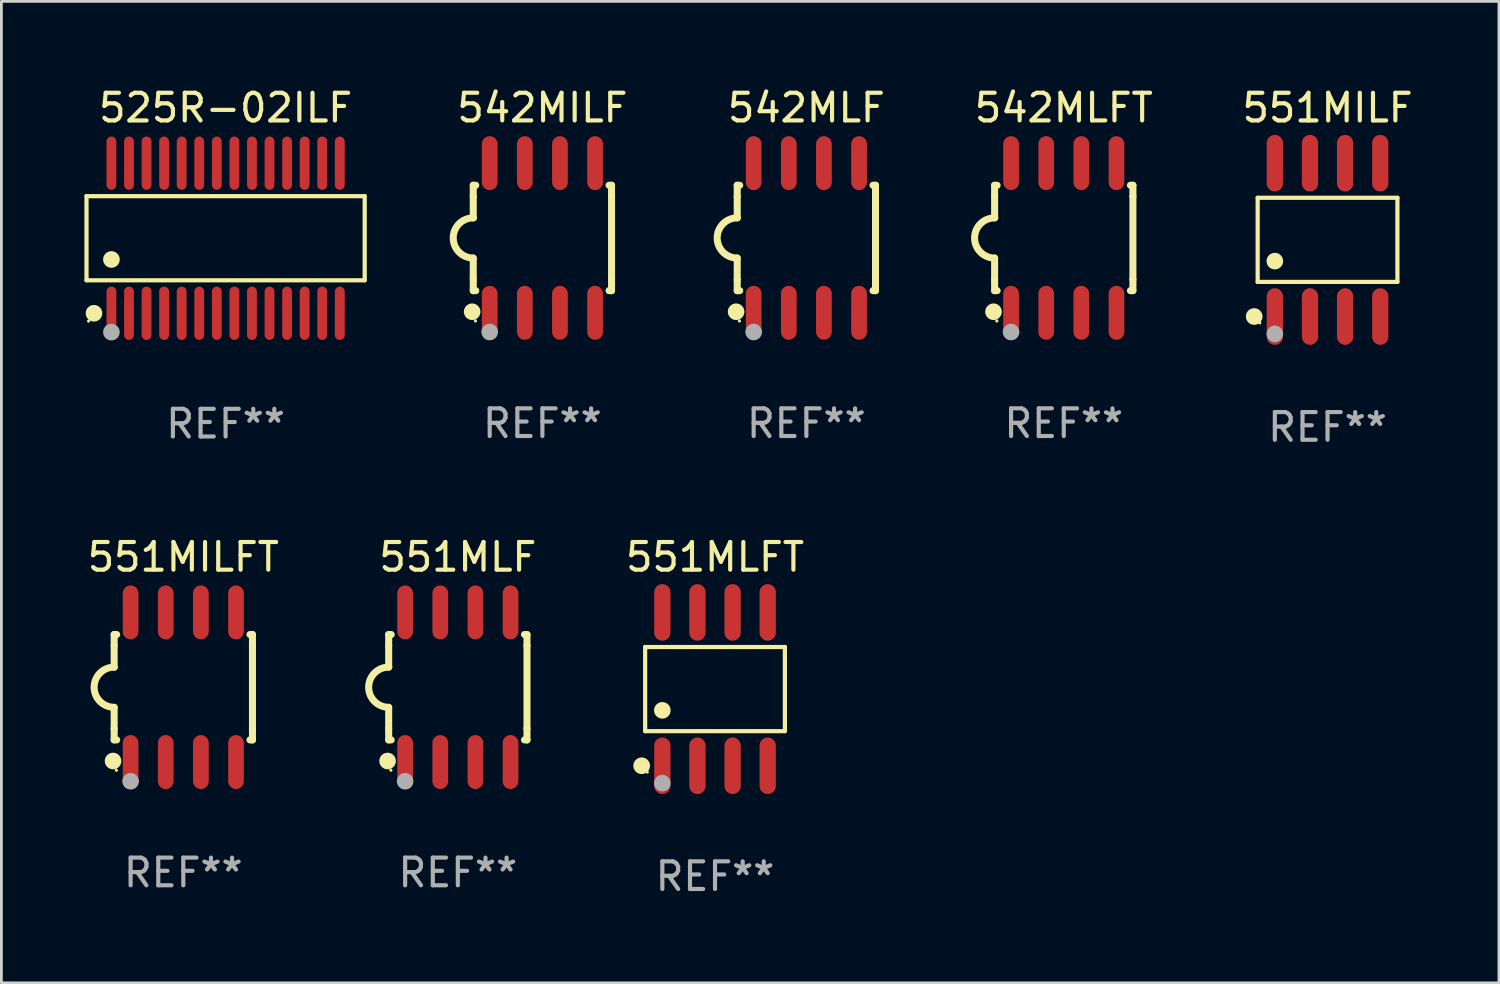
<source format=kicad_pcb>
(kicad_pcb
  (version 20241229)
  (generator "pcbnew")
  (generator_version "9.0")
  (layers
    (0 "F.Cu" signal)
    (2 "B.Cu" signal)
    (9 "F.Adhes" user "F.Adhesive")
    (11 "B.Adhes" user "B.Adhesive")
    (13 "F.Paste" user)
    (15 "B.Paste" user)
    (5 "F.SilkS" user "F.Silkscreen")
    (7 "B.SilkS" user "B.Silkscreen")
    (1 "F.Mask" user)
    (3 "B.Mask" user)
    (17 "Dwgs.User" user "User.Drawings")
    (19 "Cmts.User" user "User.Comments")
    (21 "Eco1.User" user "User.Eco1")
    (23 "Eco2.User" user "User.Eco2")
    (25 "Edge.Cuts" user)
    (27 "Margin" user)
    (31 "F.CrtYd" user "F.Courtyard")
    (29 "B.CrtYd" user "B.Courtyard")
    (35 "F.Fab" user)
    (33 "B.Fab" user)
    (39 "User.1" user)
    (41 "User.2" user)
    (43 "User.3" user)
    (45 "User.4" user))
  (footprint "551MLFT"
    (layer "F.Cu")
    (at 22.8 21.862)
    (property "Reference" "551MLFT" (at 0 -4.772 0) (layer "F.SilkS") (effects (font (size 1 1) (thickness 0.15))))
    (attr through_hole)
    (fp_line (start -2.526 -1.521) (end 2.526 -1.521) (stroke (width 0.152) (type solid)) (layer "F.SilkS"))
    (fp_line (start -2.526 1.521) (end -2.526 -1.521) (stroke (width 0.152) (type solid)) (layer "F.SilkS"))
    (fp_line (start 2.526 -1.521) (end 2.526 1.521) (stroke (width 0.152) (type solid)) (layer "F.SilkS"))
    (fp_line (start 2.526 1.521) (end -2.526 1.521) (stroke (width 0.152) (type solid)) (layer "F.SilkS"))
    (fp_circle (center -2.652 2.772) (end -2.501 2.772) (stroke (width 0.3) (type solid)) (fill no) (layer "F.SilkS"))
    (fp_circle (center -2.45 3) (end -2.42 3) (stroke (width 0.06) (type solid)) (fill no) (layer "F.SilkS"))
    (fp_circle (center -1.905 0.769) (end -1.755 0.769) (stroke (width 0.3) (type solid)) (fill no) (layer "F.SilkS"))
    (fp_circle (center -1.905 3.4) (end -1.755 3.4) (stroke (width 0.3) (type solid)) (fill no) (layer "F.Fab"))
    (fp_text user "REF**" (at 0 6.772 0) (layer "F.Fab") (effects (font (size 1 1) (thickness 0.15))))
    (pad "1" smd oval (at -1.905 2.772) (size 0.588 2.045) (layers "F.Cu" "F.Mask" "F.Paste"))
    (pad "2" smd oval (at -0.635 2.772) (size 0.588 2.045) (layers "F.Cu" "F.Mask" "F.Paste"))
    (pad "3" smd oval (at 0.635 2.772) (size 0.588 2.045) (layers "F.Cu" "F.Mask" "F.Paste"))
    (pad "4" smd oval (at 1.905 2.772) (size 0.588 2.045) (layers "F.Cu" "F.Mask" "F.Paste"))
    (pad "5" smd oval (at 1.905 -2.772) (size 0.588 2.045) (layers "F.Cu" "F.Mask" "F.Paste"))
    (pad "6" smd oval (at 0.635 -2.772) (size 0.588 2.045) (layers "F.Cu" "F.Mask" "F.Paste"))
    (pad "7" smd oval (at -0.635 -2.772) (size 0.588 2.045) (layers "F.Cu" "F.Mask" "F.Paste"))
    (pad "8" smd oval (at -1.905 -2.772) (size 0.588 2.045) (layers "F.Cu" "F.Mask" "F.Paste")))
  (footprint "551MLF"
    (layer "F.Cu")
    (at 13.502 21.795)
    (property "Reference" "551MLF" (at 0 -4.705 0) (layer "F.SilkS") (effects (font (size 1 1) (thickness 0.15))))
    (attr through_hole)
    (fp_line (start -2.5 -1.905) (end -2.409 -1.905) (stroke (width 0.254) (type solid)) (layer "F.SilkS"))
    (fp_line (start -2.5 -1.5) (end -2.5 -1.905) (stroke (width 0.254) (type solid)) (layer "F.SilkS"))
    (fp_line (start -2.5 -1.5) (end -2.5 -0.726) (stroke (width 0.254) (type solid)) (layer "F.SilkS"))
    (fp_line (start -2.5 1.5) (end -2.5 0.727) (stroke (width 0.254) (type solid)) (layer "F.SilkS"))
    (fp_line (start -2.5 1.5) (end -2.5 1.905) (stroke (width 0.254) (type solid)) (layer "F.SilkS"))
    (fp_line (start -2.5 1.905) (end -2.409 1.905) (stroke (width 0.254) (type solid)) (layer "F.SilkS"))
    (fp_line (start 2.5 -1.905) (end 2.409 -1.905) (stroke (width 0.254) (type solid)) (layer "F.SilkS"))
    (fp_line (start 2.5 -1.5) (end 2.5 -1.905) (stroke (width 0.254) (type solid)) (layer "F.SilkS"))
    (fp_line (start 2.5 -1.5) (end 2.5 1.5) (stroke (width 0.254) (type solid)) (layer "F.SilkS"))
    (fp_line (start 2.5 1.5) (end 2.5 1.905) (stroke (width 0.254) (type solid)) (layer "F.SilkS"))
    (fp_line (start 2.5 1.905) (end 2.409 1.905) (stroke (width 0.254) (type solid)) (layer "F.SilkS"))
    (fp_arc (start -2.5 0.726568) (mid -3.220316 -0.0023) (end -2.495097 -0.726289) (stroke (width 0.254001) (type solid)) (layer "F.SilkS"))
    (fp_circle (center -2.54 2.667) (end -2.39 2.667) (stroke (width 0.3) (type solid)) (fill no) (layer "F.SilkS"))
    (fp_circle (center -2.42 3) (end -2.39 3) (stroke (width 0.06) (type solid)) (fill no) (layer "F.SilkS"))
    (fp_circle (center -1.905 3.4) (end -1.755 3.4) (stroke (width 0.3) (type solid)) (fill no) (layer "F.Fab"))
    (fp_text user "REF**" (at 0 6.705 0) (layer "F.Fab") (effects (font (size 1 1) (thickness 0.15))))
    (pad "1" smd oval (at -1.905 2.705) (size 0.568 1.95) (layers "F.Cu" "F.Mask" "F.Paste"))
    (pad "2" smd oval (at -0.635 2.705) (size 0.568 1.95) (layers "F.Cu" "F.Mask" "F.Paste"))
    (pad "3" smd oval (at 0.635 2.705) (size 0.568 1.95) (layers "F.Cu" "F.Mask" "F.Paste"))
    (pad "4" smd oval (at 1.905 2.705) (size 0.568 1.95) (layers "F.Cu" "F.Mask" "F.Paste"))
    (pad "5" smd oval (at 1.905 -2.705) (size 0.568 1.95) (layers "F.Cu" "F.Mask" "F.Paste"))
    (pad "6" smd oval (at 0.635 -2.705) (size 0.568 1.95) (layers "F.Cu" "F.Mask" "F.Paste"))
    (pad "7" smd oval (at -0.635 -2.705) (size 0.568 1.95) (layers "F.Cu" "F.Mask" "F.Paste"))
    (pad "8" smd oval (at -1.905 -2.705) (size 0.568 1.95) (layers "F.Cu" "F.Mask" "F.Paste")))
  (footprint "551MILFT"
    (layer "F.Cu")
    (at 3.577 21.795)
    (property "Reference" "551MILFT" (at 0 -4.705 0) (layer "F.SilkS") (effects (font (size 1 1) (thickness 0.15))))
    (attr through_hole)
    (fp_line (start -2.5 -1.905) (end -2.409 -1.905) (stroke (width 0.254) (type solid)) (layer "F.SilkS"))
    (fp_line (start -2.5 -1.5) (end -2.5 -1.905) (stroke (width 0.254) (type solid)) (layer "F.SilkS"))
    (fp_line (start -2.5 -1.5) (end -2.5 -0.726) (stroke (width 0.254) (type solid)) (layer "F.SilkS"))
    (fp_line (start -2.5 1.5) (end -2.5 0.727) (stroke (width 0.254) (type solid)) (layer "F.SilkS"))
    (fp_line (start -2.5 1.5) (end -2.5 1.905) (stroke (width 0.254) (type solid)) (layer "F.SilkS"))
    (fp_line (start -2.5 1.905) (end -2.409 1.905) (stroke (width 0.254) (type solid)) (layer "F.SilkS"))
    (fp_line (start 2.5 -1.905) (end 2.409 -1.905) (stroke (width 0.254) (type solid)) (layer "F.SilkS"))
    (fp_line (start 2.5 -1.5) (end 2.5 -1.905) (stroke (width 0.254) (type solid)) (layer "F.SilkS"))
    (fp_line (start 2.5 -1.5) (end 2.5 1.5) (stroke (width 0.254) (type solid)) (layer "F.SilkS"))
    (fp_line (start 2.5 1.5) (end 2.5 1.905) (stroke (width 0.254) (type solid)) (layer "F.SilkS"))
    (fp_line (start 2.5 1.905) (end 2.409 1.905) (stroke (width 0.254) (type solid)) (layer "F.SilkS"))
    (fp_arc (start -2.5 0.726568) (mid -3.220316 -0.0023) (end -2.495097 -0.726289) (stroke (width 0.254001) (type solid)) (layer "F.SilkS"))
    (fp_circle (center -2.54 2.667) (end -2.39 2.667) (stroke (width 0.3) (type solid)) (fill no) (layer "F.SilkS"))
    (fp_circle (center -2.42 3) (end -2.39 3) (stroke (width 0.06) (type solid)) (fill no) (layer "F.SilkS"))
    (fp_circle (center -1.905 3.4) (end -1.755 3.4) (stroke (width 0.3) (type solid)) (fill no) (layer "F.Fab"))
    (fp_text user "REF**" (at 0 6.705 0) (layer "F.Fab") (effects (font (size 1 1) (thickness 0.15))))
    (pad "1" smd oval (at -1.905 2.705) (size 0.568 1.95) (layers "F.Cu" "F.Mask" "F.Paste"))
    (pad "2" smd oval (at -0.635 2.705) (size 0.568 1.95) (layers "F.Cu" "F.Mask" "F.Paste"))
    (pad "3" smd oval (at 0.635 2.705) (size 0.568 1.95) (layers "F.Cu" "F.Mask" "F.Paste"))
    (pad "4" smd oval (at 1.905 2.705) (size 0.568 1.95) (layers "F.Cu" "F.Mask" "F.Paste"))
    (pad "5" smd oval (at 1.905 -2.705) (size 0.568 1.95) (layers "F.Cu" "F.Mask" "F.Paste"))
    (pad "6" smd oval (at 0.635 -2.705) (size 0.568 1.95) (layers "F.Cu" "F.Mask" "F.Paste"))
    (pad "7" smd oval (at -0.635 -2.705) (size 0.568 1.95) (layers "F.Cu" "F.Mask" "F.Paste"))
    (pad "8" smd oval (at -1.905 -2.705) (size 0.568 1.95) (layers "F.Cu" "F.Mask" "F.Paste")))
  (footprint "551MILF"
    (layer "F.Cu")
    (at 44.944 5.621)
    (property "Reference" "551MILF" (at 0 -4.772 0) (layer "F.SilkS") (effects (font (size 1 1) (thickness 0.15))))
    (attr through_hole)
    (fp_line (start -2.526 -1.521) (end 2.526 -1.521) (stroke (width 0.152) (type solid)) (layer "F.SilkS"))
    (fp_line (start -2.526 1.521) (end -2.526 -1.521) (stroke (width 0.152) (type solid)) (layer "F.SilkS"))
    (fp_line (start 2.526 -1.521) (end 2.526 1.521) (stroke (width 0.152) (type solid)) (layer "F.SilkS"))
    (fp_line (start 2.526 1.521) (end -2.526 1.521) (stroke (width 0.152) (type solid)) (layer "F.SilkS"))
    (fp_circle (center -2.652 2.772) (end -2.501 2.772) (stroke (width 0.3) (type solid)) (fill no) (layer "F.SilkS"))
    (fp_circle (center -2.45 3) (end -2.42 3) (stroke (width 0.06) (type solid)) (fill no) (layer "F.SilkS"))
    (fp_circle (center -1.905 0.769) (end -1.755 0.769) (stroke (width 0.3) (type solid)) (fill no) (layer "F.SilkS"))
    (fp_circle (center -1.905 3.4) (end -1.755 3.4) (stroke (width 0.3) (type solid)) (fill no) (layer "F.Fab"))
    (fp_text user "REF**" (at 0 6.772 0) (layer "F.Fab") (effects (font (size 1 1) (thickness 0.15))))
    (pad "1" smd oval (at -1.905 2.772) (size 0.588 2.045) (layers "F.Cu" "F.Mask" "F.Paste"))
    (pad "2" smd oval (at -0.635 2.772) (size 0.588 2.045) (layers "F.Cu" "F.Mask" "F.Paste"))
    (pad "3" smd oval (at 0.635 2.772) (size 0.588 2.045) (layers "F.Cu" "F.Mask" "F.Paste"))
    (pad "4" smd oval (at 1.905 2.772) (size 0.588 2.045) (layers "F.Cu" "F.Mask" "F.Paste"))
    (pad "5" smd oval (at 1.905 -2.772) (size 0.588 2.045) (layers "F.Cu" "F.Mask" "F.Paste"))
    (pad "6" smd oval (at 0.635 -2.772) (size 0.588 2.045) (layers "F.Cu" "F.Mask" "F.Paste"))
    (pad "7" smd oval (at -0.635 -2.772) (size 0.588 2.045) (layers "F.Cu" "F.Mask" "F.Paste"))
    (pad "8" smd oval (at -1.905 -2.772) (size 0.588 2.045) (layers "F.Cu" "F.Mask" "F.Paste")))
  (footprint "542MLFT"
    (layer "F.Cu")
    (at 35.408 5.553)
    (property "Reference" "542MLFT" (at 0 -4.705 0) (layer "F.SilkS") (effects (font (size 1 1) (thickness 0.15))))
    (attr through_hole)
    (fp_line (start -2.5 -1.905) (end -2.409 -1.905) (stroke (width 0.254) (type solid)) (layer "F.SilkS"))
    (fp_line (start -2.5 -1.5) (end -2.5 -1.905) (stroke (width 0.254) (type solid)) (layer "F.SilkS"))
    (fp_line (start -2.5 -1.5) (end -2.5 -0.726) (stroke (width 0.254) (type solid)) (layer "F.SilkS"))
    (fp_line (start -2.5 1.5) (end -2.5 0.727) (stroke (width 0.254) (type solid)) (layer "F.SilkS"))
    (fp_line (start -2.5 1.5) (end -2.5 1.905) (stroke (width 0.254) (type solid)) (layer "F.SilkS"))
    (fp_line (start -2.5 1.905) (end -2.409 1.905) (stroke (width 0.254) (type solid)) (layer "F.SilkS"))
    (fp_line (start 2.5 -1.905) (end 2.409 -1.905) (stroke (width 0.254) (type solid)) (layer "F.SilkS"))
    (fp_line (start 2.5 -1.5) (end 2.5 -1.905) (stroke (width 0.254) (type solid)) (layer "F.SilkS"))
    (fp_line (start 2.5 -1.5) (end 2.5 1.5) (stroke (width 0.254) (type solid)) (layer "F.SilkS"))
    (fp_line (start 2.5 1.5) (end 2.5 1.905) (stroke (width 0.254) (type solid)) (layer "F.SilkS"))
    (fp_line (start 2.5 1.905) (end 2.409 1.905) (stroke (width 0.254) (type solid)) (layer "F.SilkS"))
    (fp_arc (start -2.5 0.726568) (mid -3.220316 -0.0023) (end -2.495097 -0.726289) (stroke (width 0.254001) (type solid)) (layer "F.SilkS"))
    (fp_circle (center -2.54 2.667) (end -2.39 2.667) (stroke (width 0.3) (type solid)) (fill no) (layer "F.SilkS"))
    (fp_circle (center -2.42 3) (end -2.39 3) (stroke (width 0.06) (type solid)) (fill no) (layer "F.SilkS"))
    (fp_circle (center -1.905 3.4) (end -1.755 3.4) (stroke (width 0.3) (type solid)) (fill no) (layer "F.Fab"))
    (fp_text user "REF**" (at 0 6.705 0) (layer "F.Fab") (effects (font (size 1 1) (thickness 0.15))))
    (pad "1" smd oval (at -1.905 2.705) (size 0.568 1.95) (layers "F.Cu" "F.Mask" "F.Paste"))
    (pad "2" smd oval (at -0.635 2.705) (size 0.568 1.95) (layers "F.Cu" "F.Mask" "F.Paste"))
    (pad "3" smd oval (at 0.635 2.705) (size 0.568 1.95) (layers "F.Cu" "F.Mask" "F.Paste"))
    (pad "4" smd oval (at 1.905 2.705) (size 0.568 1.95) (layers "F.Cu" "F.Mask" "F.Paste"))
    (pad "5" smd oval (at 1.905 -2.705) (size 0.568 1.95) (layers "F.Cu" "F.Mask" "F.Paste"))
    (pad "6" smd oval (at 0.635 -2.705) (size 0.568 1.95) (layers "F.Cu" "F.Mask" "F.Paste"))
    (pad "7" smd oval (at -0.635 -2.705) (size 0.568 1.95) (layers "F.Cu" "F.Mask" "F.Paste"))
    (pad "8" smd oval (at -1.905 -2.705) (size 0.568 1.95) (layers "F.Cu" "F.Mask" "F.Paste")))
  (footprint "542MILF"
    (layer "F.Cu")
    (at 16.559 5.553)
    (property "Reference" "542MILF" (at 0 -4.705 0) (layer "F.SilkS") (effects (font (size 1 1) (thickness 0.15))))
    (attr through_hole)
    (fp_line (start -2.5 -1.905) (end -2.409 -1.905) (stroke (width 0.254) (type solid)) (layer "F.SilkS"))
    (fp_line (start -2.5 -1.5) (end -2.5 -1.905) (stroke (width 0.254) (type solid)) (layer "F.SilkS"))
    (fp_line (start -2.5 -1.5) (end -2.5 -0.726) (stroke (width 0.254) (type solid)) (layer "F.SilkS"))
    (fp_line (start -2.5 1.5) (end -2.5 0.727) (stroke (width 0.254) (type solid)) (layer "F.SilkS"))
    (fp_line (start -2.5 1.5) (end -2.5 1.905) (stroke (width 0.254) (type solid)) (layer "F.SilkS"))
    (fp_line (start -2.5 1.905) (end -2.409 1.905) (stroke (width 0.254) (type solid)) (layer "F.SilkS"))
    (fp_line (start 2.5 -1.905) (end 2.409 -1.905) (stroke (width 0.254) (type solid)) (layer "F.SilkS"))
    (fp_line (start 2.5 -1.5) (end 2.5 -1.905) (stroke (width 0.254) (type solid)) (layer "F.SilkS"))
    (fp_line (start 2.5 -1.5) (end 2.5 1.5) (stroke (width 0.254) (type solid)) (layer "F.SilkS"))
    (fp_line (start 2.5 1.5) (end 2.5 1.905) (stroke (width 0.254) (type solid)) (layer "F.SilkS"))
    (fp_line (start 2.5 1.905) (end 2.409 1.905) (stroke (width 0.254) (type solid)) (layer "F.SilkS"))
    (fp_arc (start -2.5 0.726568) (mid -3.220316 -0.0023) (end -2.495097 -0.726289) (stroke (width 0.254001) (type solid)) (layer "F.SilkS"))
    (fp_circle (center -2.54 2.667) (end -2.39 2.667) (stroke (width 0.3) (type solid)) (fill no) (layer "F.SilkS"))
    (fp_circle (center -2.42 3) (end -2.39 3) (stroke (width 0.06) (type solid)) (fill no) (layer "F.SilkS"))
    (fp_circle (center -1.905 3.4) (end -1.755 3.4) (stroke (width 0.3) (type solid)) (fill no) (layer "F.Fab"))
    (fp_text user "REF**" (at 0 6.705 0) (layer "F.Fab") (effects (font (size 1 1) (thickness 0.15))))
    (pad "1" smd oval (at -1.905 2.705) (size 0.568 1.95) (layers "F.Cu" "F.Mask" "F.Paste"))
    (pad "2" smd oval (at -0.635 2.705) (size 0.568 1.95) (layers "F.Cu" "F.Mask" "F.Paste"))
    (pad "3" smd oval (at 0.635 2.705) (size 0.568 1.95) (layers "F.Cu" "F.Mask" "F.Paste"))
    (pad "4" smd oval (at 1.905 2.705) (size 0.568 1.95) (layers "F.Cu" "F.Mask" "F.Paste"))
    (pad "5" smd oval (at 1.905 -2.705) (size 0.568 1.95) (layers "F.Cu" "F.Mask" "F.Paste"))
    (pad "6" smd oval (at 0.635 -2.705) (size 0.568 1.95) (layers "F.Cu" "F.Mask" "F.Paste"))
    (pad "7" smd oval (at -0.635 -2.705) (size 0.568 1.95) (layers "F.Cu" "F.Mask" "F.Paste"))
    (pad "8" smd oval (at -1.905 -2.705) (size 0.568 1.95) (layers "F.Cu" "F.Mask" "F.Paste")))
  (footprint "542MLF"
    (layer "F.Cu")
    (at 26.102 5.553)
    (property "Reference" "542MLF" (at 0 -4.705 0) (layer "F.SilkS") (effects (font (size 1 1) (thickness 0.15))))
    (attr through_hole)
    (fp_line (start -2.5 -1.905) (end -2.409 -1.905) (stroke (width 0.254) (type solid)) (layer "F.SilkS"))
    (fp_line (start -2.5 -1.5) (end -2.5 -1.905) (stroke (width 0.254) (type solid)) (layer "F.SilkS"))
    (fp_line (start -2.5 -1.5) (end -2.5 -0.726) (stroke (width 0.254) (type solid)) (layer "F.SilkS"))
    (fp_line (start -2.5 1.5) (end -2.5 0.727) (stroke (width 0.254) (type solid)) (layer "F.SilkS"))
    (fp_line (start -2.5 1.5) (end -2.5 1.905) (stroke (width 0.254) (type solid)) (layer "F.SilkS"))
    (fp_line (start -2.5 1.905) (end -2.409 1.905) (stroke (width 0.254) (type solid)) (layer "F.SilkS"))
    (fp_line (start 2.5 -1.905) (end 2.409 -1.905) (stroke (width 0.254) (type solid)) (layer "F.SilkS"))
    (fp_line (start 2.5 -1.5) (end 2.5 -1.905) (stroke (width 0.254) (type solid)) (layer "F.SilkS"))
    (fp_line (start 2.5 -1.5) (end 2.5 1.5) (stroke (width 0.254) (type solid)) (layer "F.SilkS"))
    (fp_line (start 2.5 1.5) (end 2.5 1.905) (stroke (width 0.254) (type solid)) (layer "F.SilkS"))
    (fp_line (start 2.5 1.905) (end 2.409 1.905) (stroke (width 0.254) (type solid)) (layer "F.SilkS"))
    (fp_arc (start -2.5 0.726568) (mid -3.220316 -0.0023) (end -2.495097 -0.726289) (stroke (width 0.254001) (type solid)) (layer "F.SilkS"))
    (fp_circle (center -2.54 2.667) (end -2.39 2.667) (stroke (width 0.3) (type solid)) (fill no) (layer "F.SilkS"))
    (fp_circle (center -2.42 3) (end -2.39 3) (stroke (width 0.06) (type solid)) (fill no) (layer "F.SilkS"))
    (fp_circle (center -1.905 3.4) (end -1.755 3.4) (stroke (width 0.3) (type solid)) (fill no) (layer "F.Fab"))
    (fp_text user "REF**" (at 0 6.705 0) (layer "F.Fab") (effects (font (size 1 1) (thickness 0.15))))
    (pad "1" smd oval (at -1.905 2.705) (size 0.568 1.95) (layers "F.Cu" "F.Mask" "F.Paste"))
    (pad "2" smd oval (at -0.635 2.705) (size 0.568 1.95) (layers "F.Cu" "F.Mask" "F.Paste"))
    (pad "3" smd oval (at 0.635 2.705) (size 0.568 1.95) (layers "F.Cu" "F.Mask" "F.Paste"))
    (pad "4" smd oval (at 1.905 2.705) (size 0.568 1.95) (layers "F.Cu" "F.Mask" "F.Paste"))
    (pad "5" smd oval (at 1.905 -2.705) (size 0.568 1.95) (layers "F.Cu" "F.Mask" "F.Paste"))
    (pad "6" smd oval (at 0.635 -2.705) (size 0.568 1.95) (layers "F.Cu" "F.Mask" "F.Paste"))
    (pad "7" smd oval (at -0.635 -2.705) (size 0.568 1.95) (layers "F.Cu" "F.Mask" "F.Paste"))
    (pad "8" smd oval (at -1.905 -2.705) (size 0.568 1.95) (layers "F.Cu" "F.Mask" "F.Paste")))
  (footprint "525R-02ILF"
    (layer "F.Cu")
    (at 5.106 5.562)
    (property "Reference" "525R-02ILF" (at 0 -4.713 0) (layer "F.SilkS") (effects (font (size 1 1) (thickness 0.15))))
    (attr through_hole)
    (fp_line (start -5.029 -1.521) (end 5.029 -1.521) (stroke (width 0.152) (type solid)) (layer "F.SilkS"))
    (fp_line (start -5.029 1.521) (end -5.029 -1.521) (stroke (width 0.152) (type solid)) (layer "F.SilkS"))
    (fp_line (start 5.029 -1.521) (end 5.029 1.521) (stroke (width 0.152) (type solid)) (layer "F.SilkS"))
    (fp_line (start 5.029 1.521) (end -5.029 1.521) (stroke (width 0.152) (type solid)) (layer "F.SilkS"))
    (fp_circle (center -4.953 2.995) (end -4.923 2.995) (stroke (width 0.06) (type solid)) (fill no) (layer "F.SilkS"))
    (fp_circle (center -4.758 2.713) (end -4.608 2.713) (stroke (width 0.3) (type solid)) (fill no) (layer "F.SilkS"))
    (fp_circle (center -4.128 0.769) (end -3.977 0.769) (stroke (width 0.3) (type solid)) (fill no) (layer "F.SilkS"))
    (fp_circle (center -4.128 3.395) (end -3.977 3.395) (stroke (width 0.3) (type solid)) (fill no) (layer "F.Fab"))
    (fp_text user "REF**" (at 0 6.713 0) (layer "F.Fab") (effects (font (size 1 1) (thickness 0.15))))
    (pad "1" smd oval (at -4.128 2.713) (size 0.356 1.927) (layers "F.Cu" "F.Mask" "F.Paste"))
    (pad "2" smd oval (at -3.493 2.713) (size 0.356 1.927) (layers "F.Cu" "F.Mask" "F.Paste"))
    (pad "3" smd oval (at -2.858 2.713) (size 0.356 1.927) (layers "F.Cu" "F.Mask" "F.Paste"))
    (pad "4" smd oval (at -2.223 2.713) (size 0.356 1.927) (layers "F.Cu" "F.Mask" "F.Paste"))
    (pad "5" smd oval (at -1.588 2.713) (size 0.356 1.927) (layers "F.Cu" "F.Mask" "F.Paste"))
    (pad "6" smd oval (at -0.953 2.713) (size 0.356 1.927) (layers "F.Cu" "F.Mask" "F.Paste"))
    (pad "7" smd oval (at -0.318 2.713) (size 0.356 1.927) (layers "F.Cu" "F.Mask" "F.Paste"))
    (pad "8" smd oval (at 0.318 2.713) (size 0.356 1.927) (layers "F.Cu" "F.Mask" "F.Paste"))
    (pad "9" smd oval (at 0.953 2.713) (size 0.356 1.927) (layers "F.Cu" "F.Mask" "F.Paste"))
    (pad "10" smd oval (at 1.588 2.713) (size 0.356 1.927) (layers "F.Cu" "F.Mask" "F.Paste"))
    (pad "11" smd oval (at 2.223 2.713) (size 0.356 1.927) (layers "F.Cu" "F.Mask" "F.Paste"))
    (pad "12" smd oval (at 2.858 2.713) (size 0.356 1.927) (layers "F.Cu" "F.Mask" "F.Paste"))
    (pad "13" smd oval (at 3.493 2.713) (size 0.356 1.927) (layers "F.Cu" "F.Mask" "F.Paste"))
    (pad "14" smd oval (at 4.128 2.713) (size 0.356 1.927) (layers "F.Cu" "F.Mask" "F.Paste"))
    (pad "15" smd oval (at 4.128 -2.713) (size 0.356 1.927) (layers "F.Cu" "F.Mask" "F.Paste"))
    (pad "16" smd oval (at 3.493 -2.713) (size 0.356 1.927) (layers "F.Cu" "F.Mask" "F.Paste"))
    (pad "17" smd oval (at 2.858 -2.713) (size 0.356 1.927) (layers "F.Cu" "F.Mask" "F.Paste"))
    (pad "18" smd oval (at 2.223 -2.713) (size 0.356 1.927) (layers "F.Cu" "F.Mask" "F.Paste"))
    (pad "19" smd oval (at 1.588 -2.713) (size 0.356 1.927) (layers "F.Cu" "F.Mask" "F.Paste"))
    (pad "20" smd oval (at 0.953 -2.713) (size 0.356 1.927) (layers "F.Cu" "F.Mask" "F.Paste"))
    (pad "21" smd oval (at 0.318 -2.713) (size 0.356 1.927) (layers "F.Cu" "F.Mask" "F.Paste"))
    (pad "22" smd oval (at -0.318 -2.713) (size 0.356 1.927) (layers "F.Cu" "F.Mask" "F.Paste"))
    (pad "23" smd oval (at -0.953 -2.713) (size 0.356 1.927) (layers "F.Cu" "F.Mask" "F.Paste"))
    (pad "24" smd oval (at -1.588 -2.713) (size 0.356 1.927) (layers "F.Cu" "F.Mask" "F.Paste"))
    (pad "25" smd oval (at -2.223 -2.713) (size 0.356 1.927) (layers "F.Cu" "F.Mask" "F.Paste"))
    (pad "26" smd oval (at -2.858 -2.713) (size 0.356 1.927) (layers "F.Cu" "F.Mask" "F.Paste"))
    (pad "27" smd oval (at -3.493 -2.713) (size 0.356 1.927) (layers "F.Cu" "F.Mask" "F.Paste"))
    (pad "28" smd oval (at -4.128 -2.713) (size 0.356 1.927) (layers "F.Cu" "F.Mask" "F.Paste")))
  (gr_rect
    (start -3 -3)
    (end 51.14 32.483)
    (stroke (width 0.1) (type default))
    (fill no)
    (layer "Edge.Cuts")))
</source>
